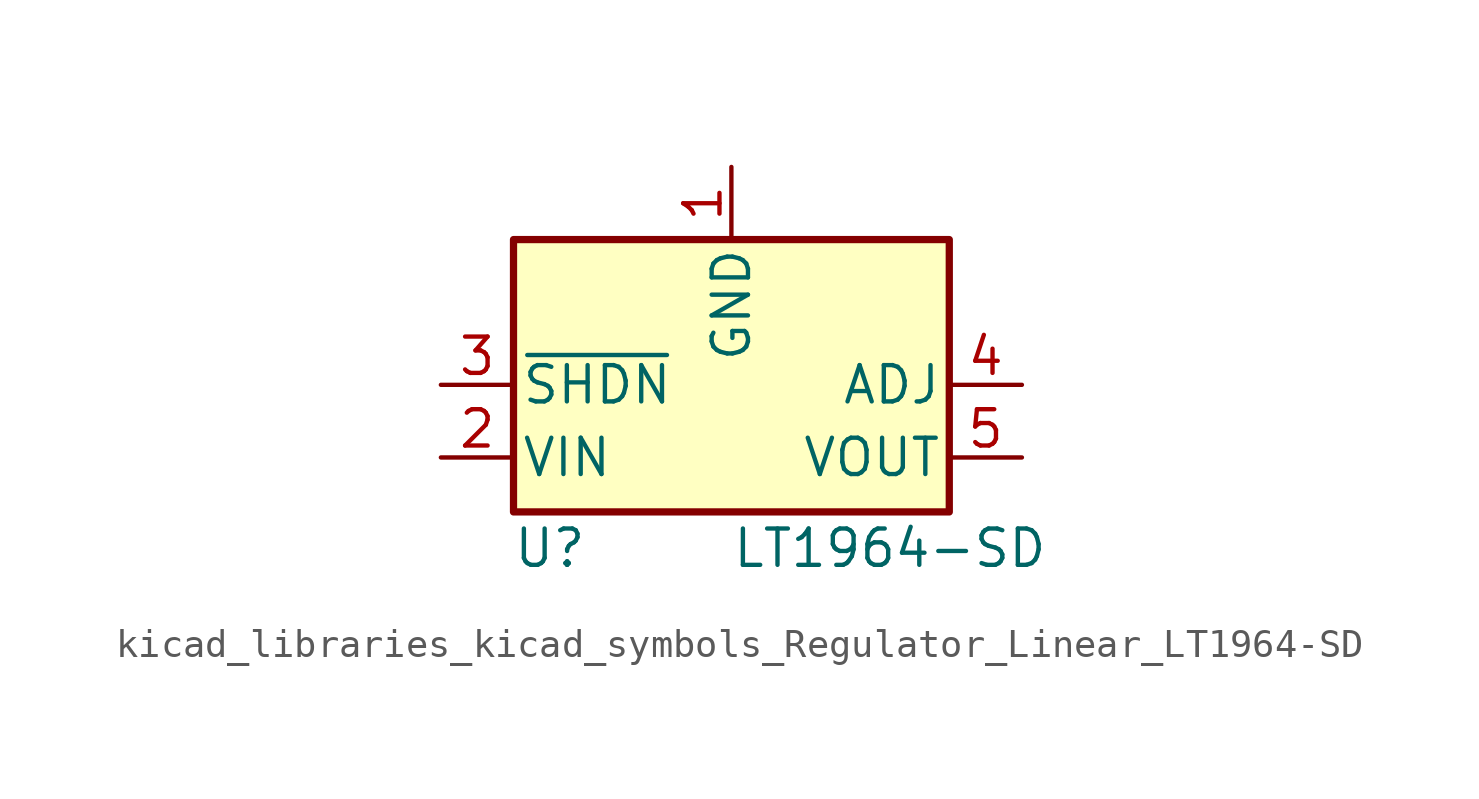
<source format=kicad_sym>
(kicad_symbol_lib
  (version 20220914)
  (generator kicad_symbol_editor)
  (symbol "kicad_libraries_kicad_symbols_Regulator_Linear_LT1964-SD"
    (pin_names
      (offset 0.254))
    (property "Reference" "U"
      (at -6.35 -5.715 0)
      (effects (font (size 1.27 1.27))))
    (property "Value" "LT1964-SD"
      (at 0 -5.715 0)
      (effects (font (size 1.27 1.27)) (justify left)))
    (symbol "kicad_libraries_kicad_symbols_Regulator_Linear_LT1964-SD_0_1"
      (rectangle (start -7.62 5.08) (end 7.62 -4.445) (stroke (width 0.254) (type default)) (fill (type background))))
    (symbol "kicad_libraries_kicad_symbols_Regulator_Linear_LT1964-SD_1_1"
      (pin power_in line (at 0 7.62 270) (length 2.54) (name "GND" (effects (font (size 1.27 1.27)))) (number "1" (effects (font (size 1.27 1.27)))))
      (pin power_in line (at -10.16 -2.54 0) (length 2.54) (name "VIN" (effects (font (size 1.27 1.27)))) (number "2" (effects (font (size 1.27 1.27)))))
      (pin input line (at -10.16 0 0) (length 2.54) (name "~{SHDN}" (effects (font (size 1.27 1.27)))) (number "3" (effects (font (size 1.27 1.27)))))
      (pin input line (at 10.16 0 180) (length 2.54) (name "ADJ" (effects (font (size 1.27 1.27)))) (number "4" (effects (font (size 1.27 1.27)))))
      (pin power_out line (at 10.16 -2.54 180) (length 2.54) (name "VOUT" (effects (font (size 1.27 1.27)))) (number "5" (effects (font (size 1.27 1.27))))))))
</source>
